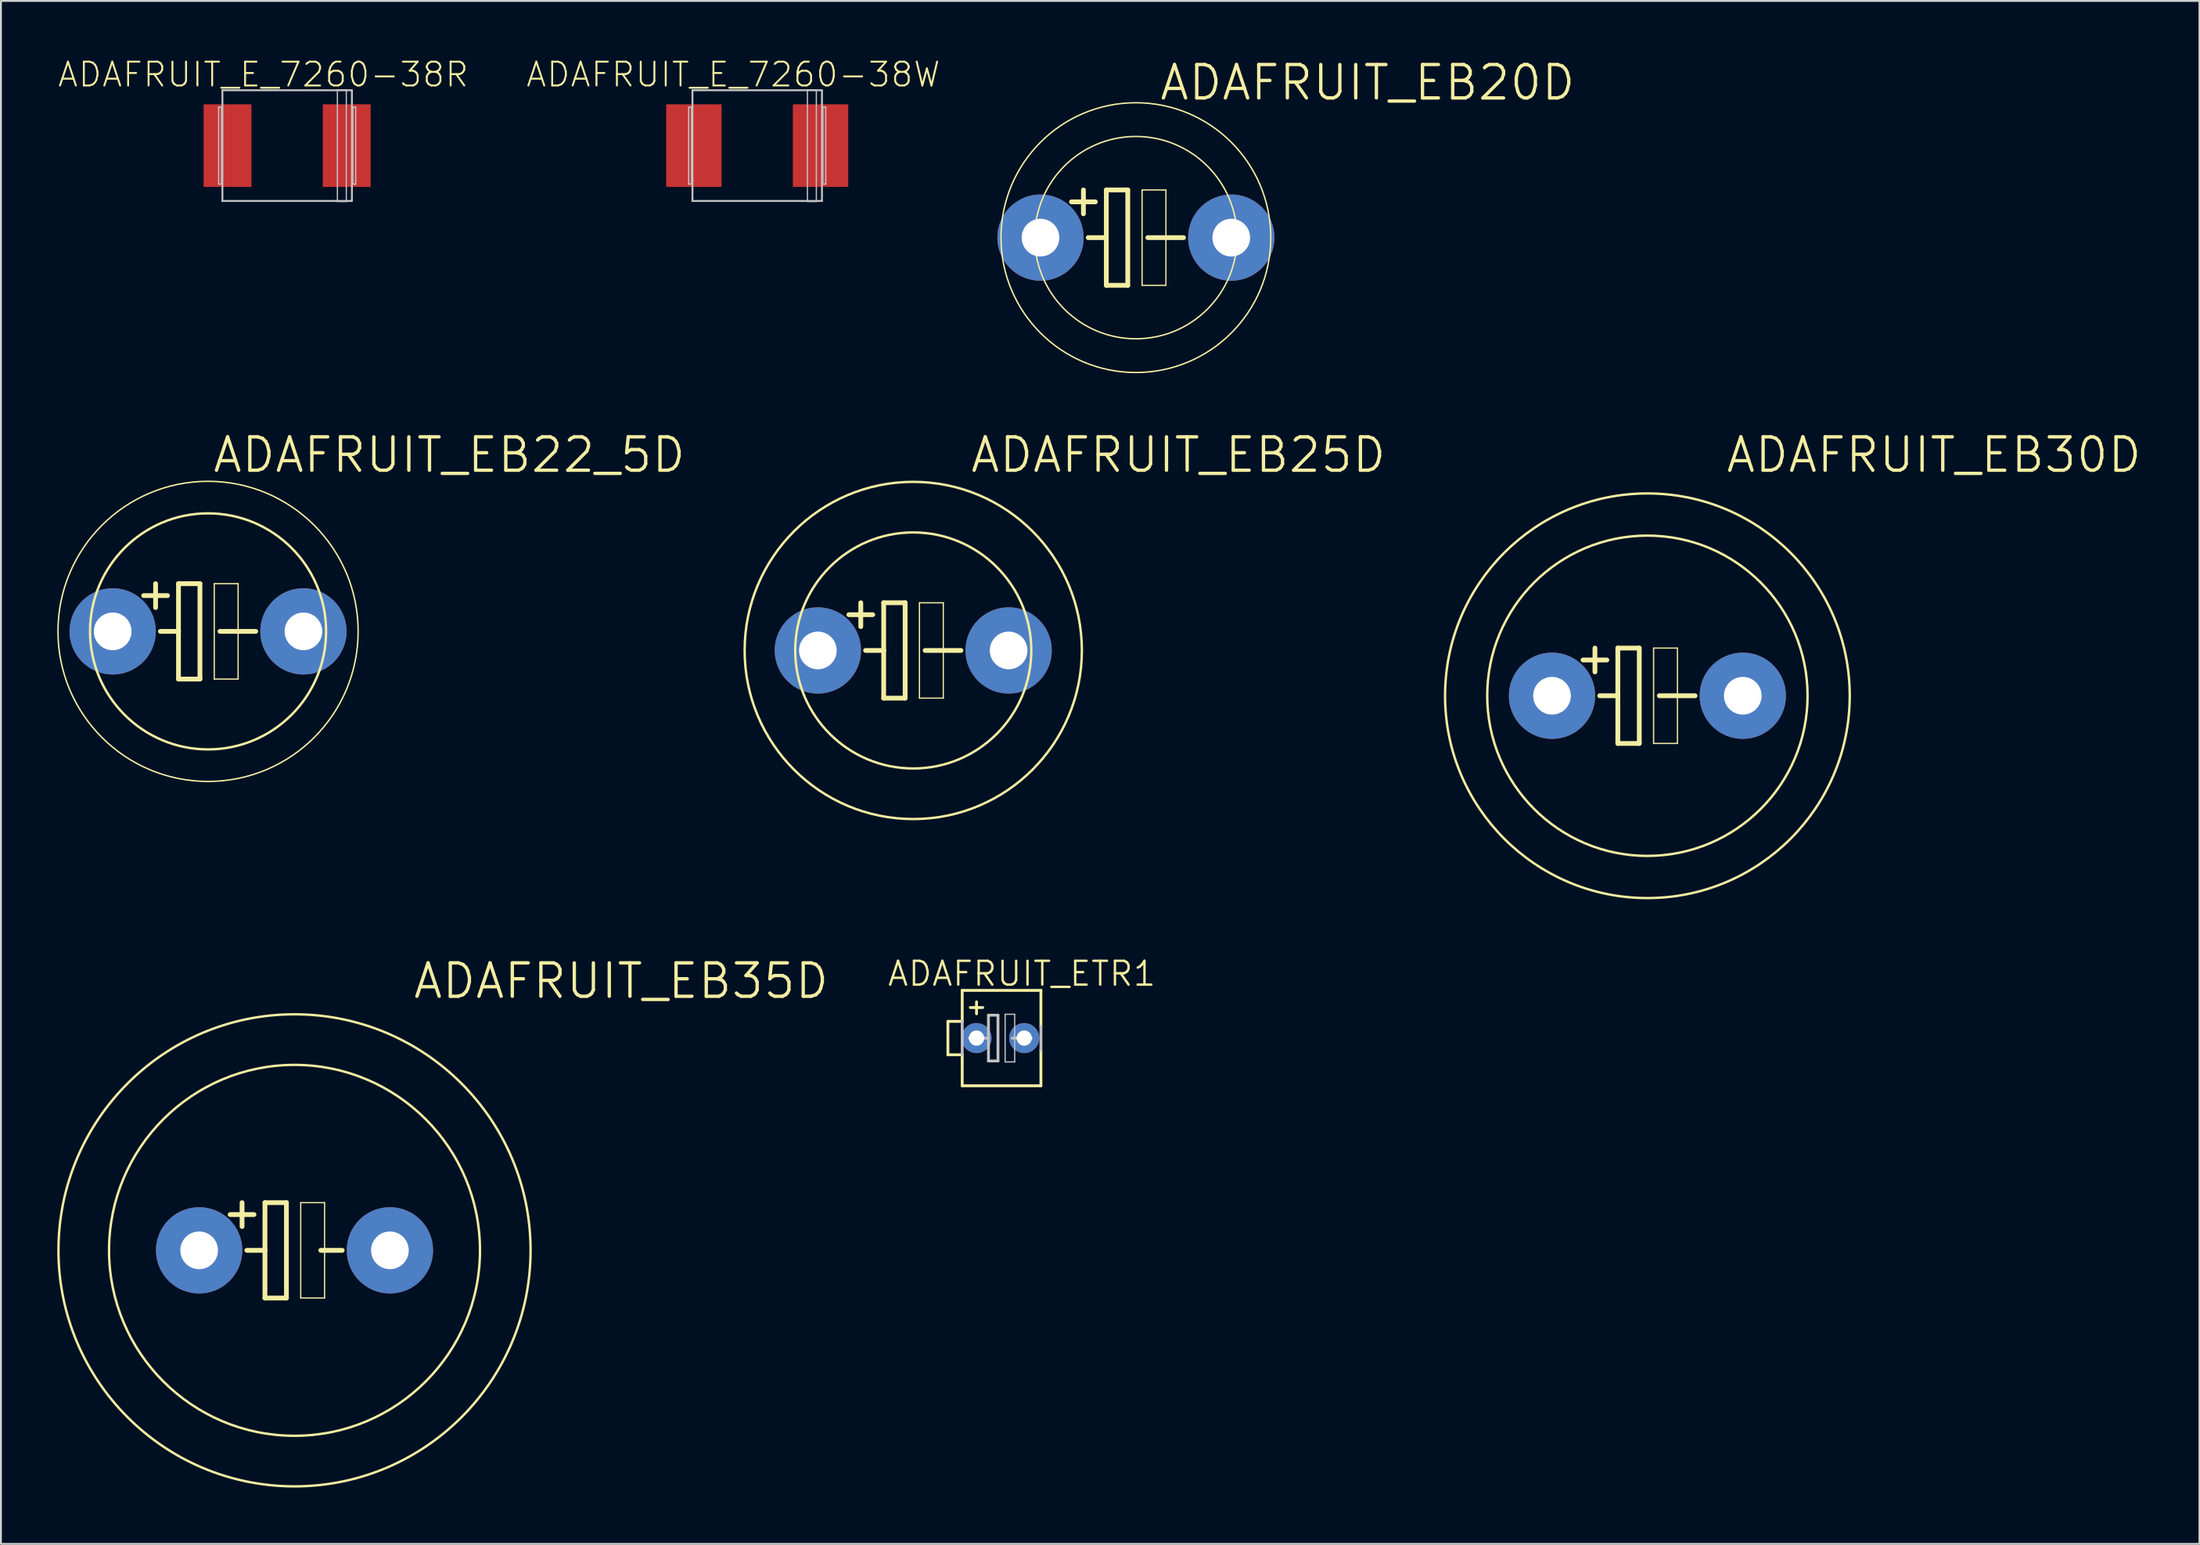
<source format=kicad_pcb>
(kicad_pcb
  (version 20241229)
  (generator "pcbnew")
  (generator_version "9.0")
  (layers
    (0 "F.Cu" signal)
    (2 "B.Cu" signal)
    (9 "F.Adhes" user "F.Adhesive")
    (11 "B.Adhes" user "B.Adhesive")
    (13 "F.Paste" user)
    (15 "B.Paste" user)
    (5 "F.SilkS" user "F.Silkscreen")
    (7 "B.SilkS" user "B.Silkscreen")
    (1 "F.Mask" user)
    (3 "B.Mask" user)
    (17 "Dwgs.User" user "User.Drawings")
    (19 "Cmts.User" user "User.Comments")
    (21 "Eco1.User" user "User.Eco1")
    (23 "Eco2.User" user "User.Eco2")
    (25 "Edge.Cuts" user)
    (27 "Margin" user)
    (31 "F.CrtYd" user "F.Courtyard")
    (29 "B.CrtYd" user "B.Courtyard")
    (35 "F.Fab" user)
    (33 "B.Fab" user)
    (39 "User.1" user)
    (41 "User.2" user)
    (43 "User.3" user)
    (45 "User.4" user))
  (footprint "ADAFRUIT_EB35D"
    (layer "F.Cu")
    (at 12.636 63.549)
    (property "Reference" "ADAFRUIT_EB35D" (at 17.399 -14.348 0) (layer "F.SilkS") (effects (font (size 1.778 1.778) (thickness 0.178))))
    (attr exclude_from_pos_files exclude_from_bom)
    (fp_line (start -2.794 -2.54) (end -2.794 -1.27) (stroke (width 0.254) (type solid)) (layer "F.SilkS"))
    (fp_line (start -2.54 0) (end -1.575 0) (stroke (width 0.254) (type solid)) (layer "F.SilkS"))
    (fp_line (start -2.159 -1.905) (end -3.429 -1.905) (stroke (width 0.254) (type solid)) (layer "F.SilkS"))
    (fp_line (start -1.575 -2.54) (end -0.432 -2.54) (stroke (width 0.254) (type solid)) (layer "F.SilkS"))
    (fp_line (start -1.575 0) (end -1.575 -2.54) (stroke (width 0.254) (type solid)) (layer "F.SilkS"))
    (fp_line (start -1.575 2.54) (end -1.575 0) (stroke (width 0.254) (type solid)) (layer "F.SilkS"))
    (fp_line (start -0.432 -2.54) (end -0.432 2.54) (stroke (width 0.254) (type solid)) (layer "F.SilkS"))
    (fp_line (start -0.432 2.54) (end -1.575 2.54) (stroke (width 0.254) (type solid)) (layer "F.SilkS"))
    (fp_line (start 0.33 -2.54) (end 1.6 -2.54) (stroke (width 0.066) (type solid)) (layer "F.SilkS"))
    (fp_line (start 0.33 2.54) (end 0.33 -2.54) (stroke (width 0.066) (type solid)) (layer "F.SilkS"))
    (fp_line (start 0.33 2.54) (end 1.6 2.54) (stroke (width 0.066) (type solid)) (layer "F.SilkS"))
    (fp_line (start 1.397 0) (end 2.54 0) (stroke (width 0.254) (type solid)) (layer "F.SilkS"))
    (fp_line (start 1.6 2.54) (end 1.6 -2.54) (stroke (width 0.066) (type solid)) (layer "F.SilkS"))
    (fp_circle (center 0 0) (end -8.89 8.89) (stroke (width 0.127) (type solid)) (fill no) (layer "F.SilkS"))
    (fp_circle (center 0 0) (end -6.985 6.985) (stroke (width 0.127) (type solid)) (fill no) (layer "F.SilkS"))
    (pad "+" thru_hole circle (at -5.08 0) (size 4.597 4.597) (drill 2.007) (layers "*.Cu" "*.Paste" "*.Mask"))
    (pad "-" thru_hole circle (at 5.08 0) (size 4.597 4.597) (drill 2.007) (layers "*.Cu" "*.Paste" "*.Mask")))
  (footprint "ADAFRUIT_EB20D"
    (layer "F.Cu")
    (at 57.446 9.607)
    (property "Reference" "ADAFRUIT_EB20D" (at 12.344 -8.255 0) (layer "F.SilkS") (effects (font (size 1.778 1.778) (thickness 0.178))))
    (attr exclude_from_pos_files exclude_from_bom)
    (fp_line (start -2.794 -2.54) (end -2.794 -1.27) (stroke (width 0.254) (type solid)) (layer "F.SilkS"))
    (fp_line (start -2.54 0) (end -1.575 0) (stroke (width 0.254) (type solid)) (layer "F.SilkS"))
    (fp_line (start -2.159 -1.905) (end -3.429 -1.905) (stroke (width 0.254) (type solid)) (layer "F.SilkS"))
    (fp_line (start -1.575 -2.54) (end -0.432 -2.54) (stroke (width 0.254) (type solid)) (layer "F.SilkS"))
    (fp_line (start -1.575 0) (end -1.575 -2.54) (stroke (width 0.254) (type solid)) (layer "F.SilkS"))
    (fp_line (start -1.575 2.54) (end -1.575 0) (stroke (width 0.254) (type solid)) (layer "F.SilkS"))
    (fp_line (start -0.432 -2.54) (end -0.432 2.54) (stroke (width 0.254) (type solid)) (layer "F.SilkS"))
    (fp_line (start -0.432 2.54) (end -1.575 2.54) (stroke (width 0.254) (type solid)) (layer "F.SilkS"))
    (fp_line (start 0.33 -2.54) (end 1.6 -2.54) (stroke (width 0.066) (type solid)) (layer "F.SilkS"))
    (fp_line (start 0.33 2.54) (end 0.33 -2.54) (stroke (width 0.066) (type solid)) (layer "F.SilkS"))
    (fp_line (start 0.33 2.54) (end 1.6 2.54) (stroke (width 0.066) (type solid)) (layer "F.SilkS"))
    (fp_line (start 0.635 0) (end 2.54 0) (stroke (width 0.254) (type solid)) (layer "F.SilkS"))
    (fp_line (start 1.6 2.54) (end 1.6 -2.54) (stroke (width 0.066) (type solid)) (layer "F.SilkS"))
    (fp_circle (center 0 0) (end -5.08 5.08) (stroke (width 0.076) (type solid)) (fill no) (layer "F.SilkS"))
    (fp_circle (center 0 0) (end -3.81 3.81) (stroke (width 0.076) (type solid)) (fill no) (layer "F.SilkS"))
    (pad "+" thru_hole circle (at -5.08 0) (size 4.597 4.597) (drill 2.007) (layers "*.Cu" "*.Paste" "*.Mask"))
    (pad "-" thru_hole circle (at 5.08 0) (size 4.597 4.597) (drill 2.007) (layers "*.Cu" "*.Paste" "*.Mask")))
  (footprint "ADAFRUIT_ETR1"
    (layer "F.Cu")
    (at 50.229 52.243)
    (property "Reference" "ADAFRUIT_ETR1" (at 1.143 -3.429 0) (layer "F.SilkS") (effects (font (size 1.27 1.27) (thickness 0.127))))
    (attr exclude_from_pos_files exclude_from_bom)
    (fp_line (start -2.794 -0.889) (end -2.794 0.889) (stroke (width 0.152) (type solid)) (layer "F.SilkS"))
    (fp_line (start -2.794 0.889) (end -2.032 0.889) (stroke (width 0.152) (type solid)) (layer "F.SilkS"))
    (fp_line (start -2.032 -0.889) (end -2.794 -0.889) (stroke (width 0.152) (type solid)) (layer "F.SilkS"))
    (fp_line (start -2.032 -0.889) (end -2.032 -2.54) (stroke (width 0.152) (type solid)) (layer "F.SilkS"))
    (fp_line (start -2.032 2.54) (end -2.032 0.889) (stroke (width 0.152) (type solid)) (layer "F.SilkS"))
    (fp_line (start -2.032 2.54) (end 2.159 2.54) (stroke (width 0.152) (type solid)) (layer "F.SilkS"))
    (fp_line (start -1.27 -1.93) (end -1.27 -1.293) (stroke (width 0.152) (type solid)) (layer "F.SilkS"))
    (fp_line (start -0.94 -1.626) (end -1.6 -1.626) (stroke (width 0.152) (type solid)) (layer "F.SilkS"))
    (fp_line (start 2.159 -2.54) (end -2.032 -2.54) (stroke (width 0.152) (type solid)) (layer "F.SilkS"))
    (fp_line (start 2.159 -2.54) (end 2.159 -0.635) (stroke (width 0.152) (type solid)) (layer "F.SilkS"))
    (fp_line (start 2.159 0.635) (end 2.159 2.54) (stroke (width 0.152) (type solid)) (layer "F.SilkS"))
    (fp_line (start -2.032 0.889) (end -2.032 -0.889) (stroke (width 0.152) (type solid)) (layer "Dwgs.User"))
    (fp_line (start -1.651 0) (end -0.635 0) (stroke (width 0.152) (type solid)) (layer "Dwgs.User"))
    (fp_line (start -0.635 -1.219) (end -0.635 0) (stroke (width 0.152) (type solid)) (layer "Dwgs.User"))
    (fp_line (start -0.635 0) (end -0.635 1.219) (stroke (width 0.152) (type solid)) (layer "Dwgs.User"))
    (fp_line (start -0.635 1.219) (end -0.127 1.219) (stroke (width 0.152) (type solid)) (layer "Dwgs.User"))
    (fp_line (start -0.127 -1.219) (end -0.635 -1.219) (stroke (width 0.152) (type solid)) (layer "Dwgs.User"))
    (fp_line (start -0.127 1.219) (end -0.127 -1.219) (stroke (width 0.152) (type solid)) (layer "Dwgs.User"))
    (fp_line (start 0.254 -1.27) (end 0.762 -1.27) (stroke (width 0.066) (type solid)) (layer "Dwgs.User"))
    (fp_line (start 0.254 1.27) (end 0.254 -1.27) (stroke (width 0.066) (type solid)) (layer "Dwgs.User"))
    (fp_line (start 0.254 1.27) (end 0.762 1.27) (stroke (width 0.066) (type solid)) (layer "Dwgs.User"))
    (fp_line (start 0.635 0) (end 1.651 0) (stroke (width 0.152) (type solid)) (layer "Dwgs.User"))
    (fp_line (start 0.762 1.27) (end 0.762 -1.27) (stroke (width 0.066) (type solid)) (layer "Dwgs.User"))
    (fp_line (start 2.159 -0.635) (end 2.159 0.635) (stroke (width 0.152) (type solid)) (layer "Dwgs.User"))
    (pad "+" thru_hole circle (at -1.27 0) (size 1.6 1.6) (drill 0.813) (layers "*.Cu" "*.Paste" "*.Mask"))
    (pad "-" thru_hole circle (at 1.27 0) (size 1.6 1.6) (drill 0.813) (layers "*.Cu" "*.Paste" "*.Mask")))
  (footprint "ADAFRUIT_EB30D"
    (layer "F.Cu")
    (at 84.689 34.009)
    (property "Reference" "ADAFRUIT_EB30D" (at 15.265 -12.827 0) (layer "F.SilkS") (effects (font (size 1.778 1.778) (thickness 0.178))))
    (attr exclude_from_pos_files exclude_from_bom)
    (fp_line (start -2.794 -2.54) (end -2.794 -1.27) (stroke (width 0.254) (type solid)) (layer "F.SilkS"))
    (fp_line (start -2.54 0) (end -1.575 0) (stroke (width 0.254) (type solid)) (layer "F.SilkS"))
    (fp_line (start -2.159 -1.905) (end -3.429 -1.905) (stroke (width 0.254) (type solid)) (layer "F.SilkS"))
    (fp_line (start -1.575 -2.54) (end -0.432 -2.54) (stroke (width 0.254) (type solid)) (layer "F.SilkS"))
    (fp_line (start -1.575 0) (end -1.575 -2.54) (stroke (width 0.254) (type solid)) (layer "F.SilkS"))
    (fp_line (start -1.575 2.54) (end -1.575 0) (stroke (width 0.254) (type solid)) (layer "F.SilkS"))
    (fp_line (start -0.432 -2.54) (end -0.432 2.54) (stroke (width 0.254) (type solid)) (layer "F.SilkS"))
    (fp_line (start -0.432 2.54) (end -1.575 2.54) (stroke (width 0.254) (type solid)) (layer "F.SilkS"))
    (fp_line (start 0.33 -2.54) (end 1.6 -2.54) (stroke (width 0.066) (type solid)) (layer "F.SilkS"))
    (fp_line (start 0.33 2.54) (end 0.33 -2.54) (stroke (width 0.066) (type solid)) (layer "F.SilkS"))
    (fp_line (start 0.33 2.54) (end 1.6 2.54) (stroke (width 0.066) (type solid)) (layer "F.SilkS"))
    (fp_line (start 0.635 0) (end 2.54 0) (stroke (width 0.254) (type solid)) (layer "F.SilkS"))
    (fp_line (start 1.6 2.54) (end 1.6 -2.54) (stroke (width 0.066) (type solid)) (layer "F.SilkS"))
    (fp_circle (center 0 0) (end -7.62 7.62) (stroke (width 0.127) (type solid)) (fill no) (layer "F.SilkS"))
    (fp_circle (center 0 0) (end -6.032 6.032) (stroke (width 0.127) (type solid)) (fill no) (layer "F.SilkS"))
    (pad "+" thru_hole circle (at -5.08 0) (size 4.597 4.597) (drill 2.007) (layers "*.Cu" "*.Paste" "*.Mask"))
    (pad "-" thru_hole circle (at 5.08 0) (size 4.597 4.597) (drill 2.007) (layers "*.Cu" "*.Paste" "*.Mask")))
  (footprint "ADAFRUIT_EB22_5D"
    (layer "F.Cu")
    (at 8.031 30.58)
    (property "Reference" "ADAFRUIT_EB22_5D" (at 12.852 -9.398 0) (layer "F.SilkS") (effects (font (size 1.778 1.778) (thickness 0.178))))
    (attr exclude_from_pos_files exclude_from_bom)
    (fp_line (start -2.794 -2.54) (end -2.794 -1.27) (stroke (width 0.254) (type solid)) (layer "F.SilkS"))
    (fp_line (start -2.54 0) (end -1.575 0) (stroke (width 0.254) (type solid)) (layer "F.SilkS"))
    (fp_line (start -2.159 -1.905) (end -3.429 -1.905) (stroke (width 0.254) (type solid)) (layer "F.SilkS"))
    (fp_line (start -1.575 -2.54) (end -0.432 -2.54) (stroke (width 0.254) (type solid)) (layer "F.SilkS"))
    (fp_line (start -1.575 0) (end -1.575 -2.54) (stroke (width 0.254) (type solid)) (layer "F.SilkS"))
    (fp_line (start -1.575 2.54) (end -1.575 0) (stroke (width 0.254) (type solid)) (layer "F.SilkS"))
    (fp_line (start -0.432 -2.54) (end -0.432 2.54) (stroke (width 0.254) (type solid)) (layer "F.SilkS"))
    (fp_line (start -0.432 2.54) (end -1.575 2.54) (stroke (width 0.254) (type solid)) (layer "F.SilkS"))
    (fp_line (start 0.33 -2.54) (end 1.6 -2.54) (stroke (width 0.066) (type solid)) (layer "F.SilkS"))
    (fp_line (start 0.33 2.54) (end 0.33 -2.54) (stroke (width 0.066) (type solid)) (layer "F.SilkS"))
    (fp_line (start 0.33 2.54) (end 1.6 2.54) (stroke (width 0.066) (type solid)) (layer "F.SilkS"))
    (fp_line (start 0.635 0) (end 2.54 0) (stroke (width 0.254) (type solid)) (layer "F.SilkS"))
    (fp_line (start 1.6 2.54) (end 1.6 -2.54) (stroke (width 0.066) (type solid)) (layer "F.SilkS"))
    (fp_circle (center 0 0) (end -5.652 5.652) (stroke (width 0.076) (type solid)) (fill no) (layer "F.SilkS"))
    (fp_circle (center 0 0) (end -4.445 4.445) (stroke (width 0.127) (type solid)) (fill no) (layer "F.SilkS"))
    (pad "+" thru_hole circle (at -5.08 0) (size 4.597 4.597) (drill 2.007) (layers "*.Cu" "*.Paste" "*.Mask"))
    (pad "-" thru_hole circle (at 5.08 0) (size 4.597 4.597) (drill 2.007) (layers "*.Cu" "*.Paste" "*.Mask")))
  (footprint "ADAFRUIT_E_7260-38R"
    (layer "F.Cu")
    (at 12.244 4.706)
    (property "Reference" "ADAFRUIT_E_7260-38R" (at -1.273 -3.785 0) (layer "F.SilkS") (effects (font (size 1.27 1.27) (thickness 0.102))))
    (attr smd)
    (fp_line (start -3.65 -2.05) (end -3.498 -2.05) (stroke (width 0.066) (type solid)) (layer "Dwgs.User"))
    (fp_line (start -3.65 2.05) (end -3.65 -2.05) (stroke (width 0.066) (type solid)) (layer "Dwgs.User"))
    (fp_line (start -3.65 2.05) (end -3.498 2.05) (stroke (width 0.066) (type solid)) (layer "Dwgs.User"))
    (fp_line (start -3.498 2.05) (end -3.498 -2.05) (stroke (width 0.066) (type solid)) (layer "Dwgs.User"))
    (fp_line (start -3.449 -2.949) (end 3.449 -2.949) (stroke (width 0.102) (type solid)) (layer "Dwgs.User"))
    (fp_line (start -3.449 2.949) (end -3.449 -2.949) (stroke (width 0.102) (type solid)) (layer "Dwgs.User"))
    (fp_line (start 2.675 -2.974) (end 3.15 -2.974) (stroke (width 0.066) (type solid)) (layer "Dwgs.User"))
    (fp_line (start 2.675 2.974) (end 2.675 -2.974) (stroke (width 0.066) (type solid)) (layer "Dwgs.User"))
    (fp_line (start 2.675 2.974) (end 3.15 2.974) (stroke (width 0.066) (type solid)) (layer "Dwgs.User"))
    (fp_line (start 3.15 2.974) (end 3.15 -2.974) (stroke (width 0.066) (type solid)) (layer "Dwgs.User"))
    (fp_line (start 3.449 -2.949) (end 3.449 2.949) (stroke (width 0.102) (type solid)) (layer "Dwgs.User"))
    (fp_line (start 3.449 2.949) (end -3.449 2.949) (stroke (width 0.102) (type solid)) (layer "Dwgs.User"))
    (fp_line (start 3.498 -2.05) (end 3.65 -2.05) (stroke (width 0.066) (type solid)) (layer "Dwgs.User"))
    (fp_line (start 3.498 2.05) (end 3.498 -2.05) (stroke (width 0.066) (type solid)) (layer "Dwgs.User"))
    (fp_line (start 3.498 2.05) (end 3.65 2.05) (stroke (width 0.066) (type solid)) (layer "Dwgs.User"))
    (fp_line (start 3.65 2.05) (end 3.65 -2.05) (stroke (width 0.066) (type solid)) (layer "Dwgs.User"))
    (pad "+" smd rect (at 3.172 0) (size 2.548 4.399) (layers "F.Cu" "F.Mask" "F.Paste"))
    (pad "-" smd rect (at -3.175 0) (size 2.548 4.399) (layers "F.Cu" "F.Mask" "F.Paste")))
  (footprint "ADAFRUIT_E_7260-38W"
    (layer "F.Cu")
    (at 37.278 4.706)
    (property "Reference" "ADAFRUIT_E_7260-38W" (at -1.273 -3.785 0) (layer "F.SilkS") (effects (font (size 1.27 1.27) (thickness 0.102))))
    (attr smd)
    (fp_line (start -3.65 -2.05) (end -3.498 -2.05) (stroke (width 0.066) (type solid)) (layer "Dwgs.User"))
    (fp_line (start -3.65 2.05) (end -3.65 -2.05) (stroke (width 0.066) (type solid)) (layer "Dwgs.User"))
    (fp_line (start -3.65 2.05) (end -3.498 2.05) (stroke (width 0.066) (type solid)) (layer "Dwgs.User"))
    (fp_line (start -3.498 2.05) (end -3.498 -2.05) (stroke (width 0.066) (type solid)) (layer "Dwgs.User"))
    (fp_line (start -3.449 -2.949) (end 3.449 -2.949) (stroke (width 0.102) (type solid)) (layer "Dwgs.User"))
    (fp_line (start -3.449 2.949) (end -3.449 -2.949) (stroke (width 0.102) (type solid)) (layer "Dwgs.User"))
    (fp_line (start 2.675 -2.974) (end 3.15 -2.974) (stroke (width 0.066) (type solid)) (layer "Dwgs.User"))
    (fp_line (start 2.675 2.974) (end 2.675 -2.974) (stroke (width 0.066) (type solid)) (layer "Dwgs.User"))
    (fp_line (start 2.675 2.974) (end 3.15 2.974) (stroke (width 0.066) (type solid)) (layer "Dwgs.User"))
    (fp_line (start 3.15 2.974) (end 3.15 -2.974) (stroke (width 0.066) (type solid)) (layer "Dwgs.User"))
    (fp_line (start 3.449 -2.949) (end 3.449 2.949) (stroke (width 0.102) (type solid)) (layer "Dwgs.User"))
    (fp_line (start 3.449 2.949) (end -3.449 2.949) (stroke (width 0.102) (type solid)) (layer "Dwgs.User"))
    (fp_line (start 3.498 -2.05) (end 3.65 -2.05) (stroke (width 0.066) (type solid)) (layer "Dwgs.User"))
    (fp_line (start 3.498 2.05) (end 3.498 -2.05) (stroke (width 0.066) (type solid)) (layer "Dwgs.User"))
    (fp_line (start 3.498 2.05) (end 3.65 2.05) (stroke (width 0.066) (type solid)) (layer "Dwgs.User"))
    (fp_line (start 3.65 2.05) (end 3.65 -2.05) (stroke (width 0.066) (type solid)) (layer "Dwgs.User"))
    (pad "+" smd rect (at 3.373 0) (size 2.949 4.399) (layers "F.Cu" "F.Mask" "F.Paste"))
    (pad "-" smd rect (at -3.373 0) (size 2.949 4.399) (layers "F.Cu" "F.Mask" "F.Paste")))
  (footprint "ADAFRUIT_EB25D"
    (layer "F.Cu")
    (at 45.589 31.596)
    (property "Reference" "ADAFRUIT_EB25D" (at 14.122 -10.414 0) (layer "F.SilkS") (effects (font (size 1.778 1.778) (thickness 0.178))))
    (attr exclude_from_pos_files exclude_from_bom)
    (fp_line (start -2.794 -2.54) (end -2.794 -1.27) (stroke (width 0.254) (type solid)) (layer "F.SilkS"))
    (fp_line (start -2.54 0) (end -1.575 0) (stroke (width 0.254) (type solid)) (layer "F.SilkS"))
    (fp_line (start -2.159 -1.905) (end -3.429 -1.905) (stroke (width 0.254) (type solid)) (layer "F.SilkS"))
    (fp_line (start -1.575 -2.54) (end -0.432 -2.54) (stroke (width 0.254) (type solid)) (layer "F.SilkS"))
    (fp_line (start -1.575 0) (end -1.575 -2.54) (stroke (width 0.254) (type solid)) (layer "F.SilkS"))
    (fp_line (start -1.575 2.54) (end -1.575 0) (stroke (width 0.254) (type solid)) (layer "F.SilkS"))
    (fp_line (start -0.432 -2.54) (end -0.432 2.54) (stroke (width 0.254) (type solid)) (layer "F.SilkS"))
    (fp_line (start -0.432 2.54) (end -1.575 2.54) (stroke (width 0.254) (type solid)) (layer "F.SilkS"))
    (fp_line (start 0.33 -2.54) (end 1.6 -2.54) (stroke (width 0.066) (type solid)) (layer "F.SilkS"))
    (fp_line (start 0.33 2.54) (end 0.33 -2.54) (stroke (width 0.066) (type solid)) (layer "F.SilkS"))
    (fp_line (start 0.33 2.54) (end 1.6 2.54) (stroke (width 0.066) (type solid)) (layer "F.SilkS"))
    (fp_line (start 0.635 0) (end 2.54 0) (stroke (width 0.254) (type solid)) (layer "F.SilkS"))
    (fp_line (start 1.6 2.54) (end 1.6 -2.54) (stroke (width 0.066) (type solid)) (layer "F.SilkS"))
    (fp_circle (center 0 0) (end -6.35 6.35) (stroke (width 0.127) (type solid)) (fill no) (layer "F.SilkS"))
    (fp_circle (center 0 0) (end -4.445 4.445) (stroke (width 0.127) (type solid)) (fill no) (layer "F.SilkS"))
    (pad "+" thru_hole circle (at -5.08 0) (size 4.597 4.597) (drill 2.007) (layers "*.Cu" "*.Paste" "*.Mask"))
    (pad "-" thru_hole circle (at 5.08 0) (size 4.597 4.597) (drill 2.007) (layers "*.Cu" "*.Paste" "*.Mask")))
  (gr_rect
    (start -3 -3)
    (end 114.092 79.185)
    (stroke (width 0.1) (type default))
    (fill no)
    (layer "Edge.Cuts")))
</source>
